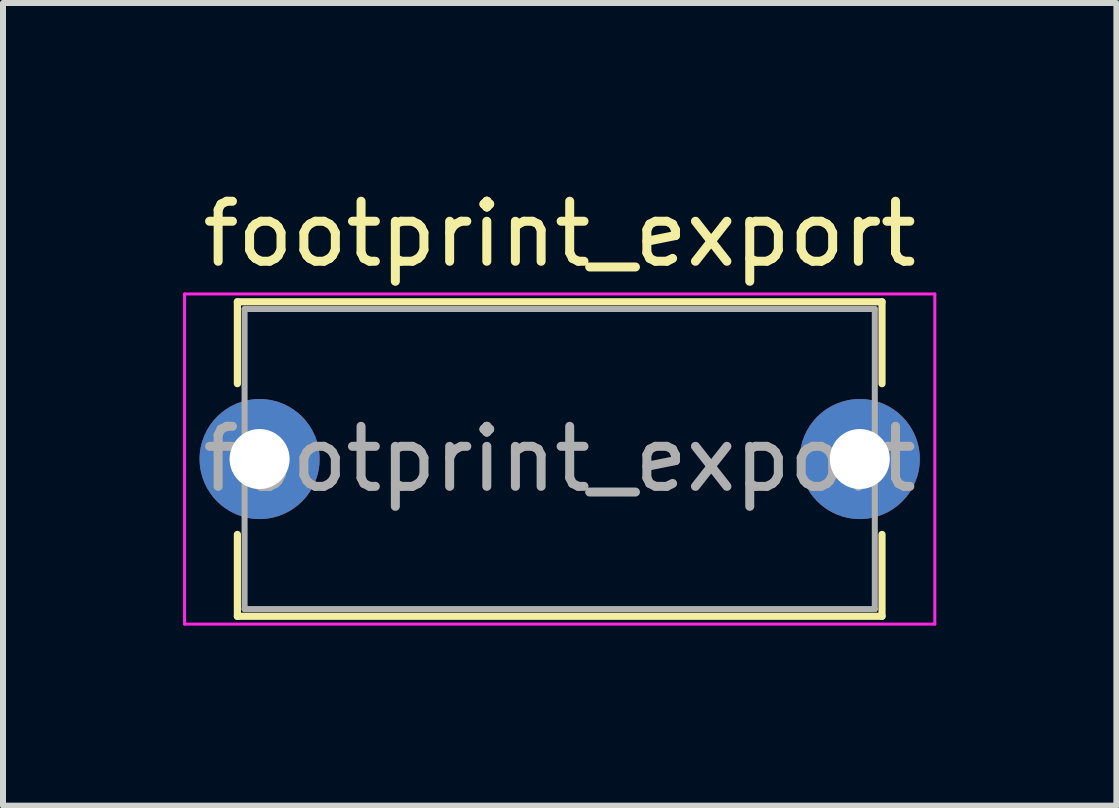
<source format=kicad_pcb>
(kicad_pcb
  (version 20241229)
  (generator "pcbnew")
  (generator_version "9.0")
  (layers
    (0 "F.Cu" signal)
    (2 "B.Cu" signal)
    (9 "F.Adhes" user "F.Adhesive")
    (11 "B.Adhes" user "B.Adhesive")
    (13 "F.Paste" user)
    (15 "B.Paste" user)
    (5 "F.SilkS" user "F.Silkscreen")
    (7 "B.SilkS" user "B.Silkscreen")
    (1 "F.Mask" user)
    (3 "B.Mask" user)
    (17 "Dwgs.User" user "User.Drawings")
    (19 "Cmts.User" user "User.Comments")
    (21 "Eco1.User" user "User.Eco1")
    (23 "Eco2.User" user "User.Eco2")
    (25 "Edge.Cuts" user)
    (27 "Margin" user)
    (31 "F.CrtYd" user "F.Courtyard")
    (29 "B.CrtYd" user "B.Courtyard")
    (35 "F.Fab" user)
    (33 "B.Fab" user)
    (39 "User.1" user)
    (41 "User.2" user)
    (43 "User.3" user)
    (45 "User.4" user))
  (footprint "footprint_export"
    (layer "F.Cu")
    (at 1.275 4.598)
    (property "Reference" "footprint_export" (at 5 -3.75 0) (layer "F.SilkS") (effects (font (size 1 1) (thickness 0.15))))
    (attr through_hole)
    (fp_line (start -0.37 -2.62) (end -0.37 -1.256) (stroke (width 0.12) (type solid)) (layer "F.SilkS"))
    (fp_line (start -0.37 -2.62) (end 10.37 -2.62) (stroke (width 0.12) (type solid)) (layer "F.SilkS"))
    (fp_line (start -0.37 1.256) (end -0.37 2.62) (stroke (width 0.12) (type solid)) (layer "F.SilkS"))
    (fp_line (start -0.37 2.62) (end 10.37 2.62) (stroke (width 0.12) (type solid)) (layer "F.SilkS"))
    (fp_line (start 10.37 -2.62) (end 10.37 -1.256) (stroke (width 0.12) (type solid)) (layer "F.SilkS"))
    (fp_line (start 10.37 1.256) (end 10.37 2.62) (stroke (width 0.12) (type solid)) (layer "F.SilkS"))
    (fp_line (start -1.25 -2.75) (end -1.25 2.75) (stroke (width 0.05) (type solid)) (layer "F.CrtYd"))
    (fp_line (start -1.25 2.75) (end 11.25 2.75) (stroke (width 0.05) (type solid)) (layer "F.CrtYd"))
    (fp_line (start 11.25 -2.75) (end -1.25 -2.75) (stroke (width 0.05) (type solid)) (layer "F.CrtYd"))
    (fp_line (start 11.25 2.75) (end 11.25 -2.75) (stroke (width 0.05) (type solid)) (layer "F.CrtYd"))
    (fp_line (start -0.25 -2.5) (end -0.25 2.5) (stroke (width 0.1) (type solid)) (layer "F.Fab"))
    (fp_line (start -0.25 2.5) (end 10.25 2.5) (stroke (width 0.1) (type solid)) (layer "F.Fab"))
    (fp_line (start 10.25 -2.5) (end -0.25 -2.5) (stroke (width 0.1) (type solid)) (layer "F.Fab"))
    (fp_line (start 10.25 2.5) (end 10.25 -2.5) (stroke (width 0.1) (type solid)) (layer "F.Fab"))
    (fp_text user "${REFERENCE}" (at 5 0 0) (layer "F.Fab") (effects (font (size 1 1) (thickness 0.15))))
    (pad "1" thru_hole circle (at 0 0) (size 2 2) (drill 1) (layers "*.Cu" "*.Mask"))
    (pad "2" thru_hole circle (at 10 0) (size 2 2) (drill 1) (layers "*.Cu" "*.Mask")))
  (gr_rect
    (start -3 -3)
    (end 15.55 10.373)
    (stroke (width 0.1) (type default))
    (fill no)
    (layer "Edge.Cuts")))
</source>
